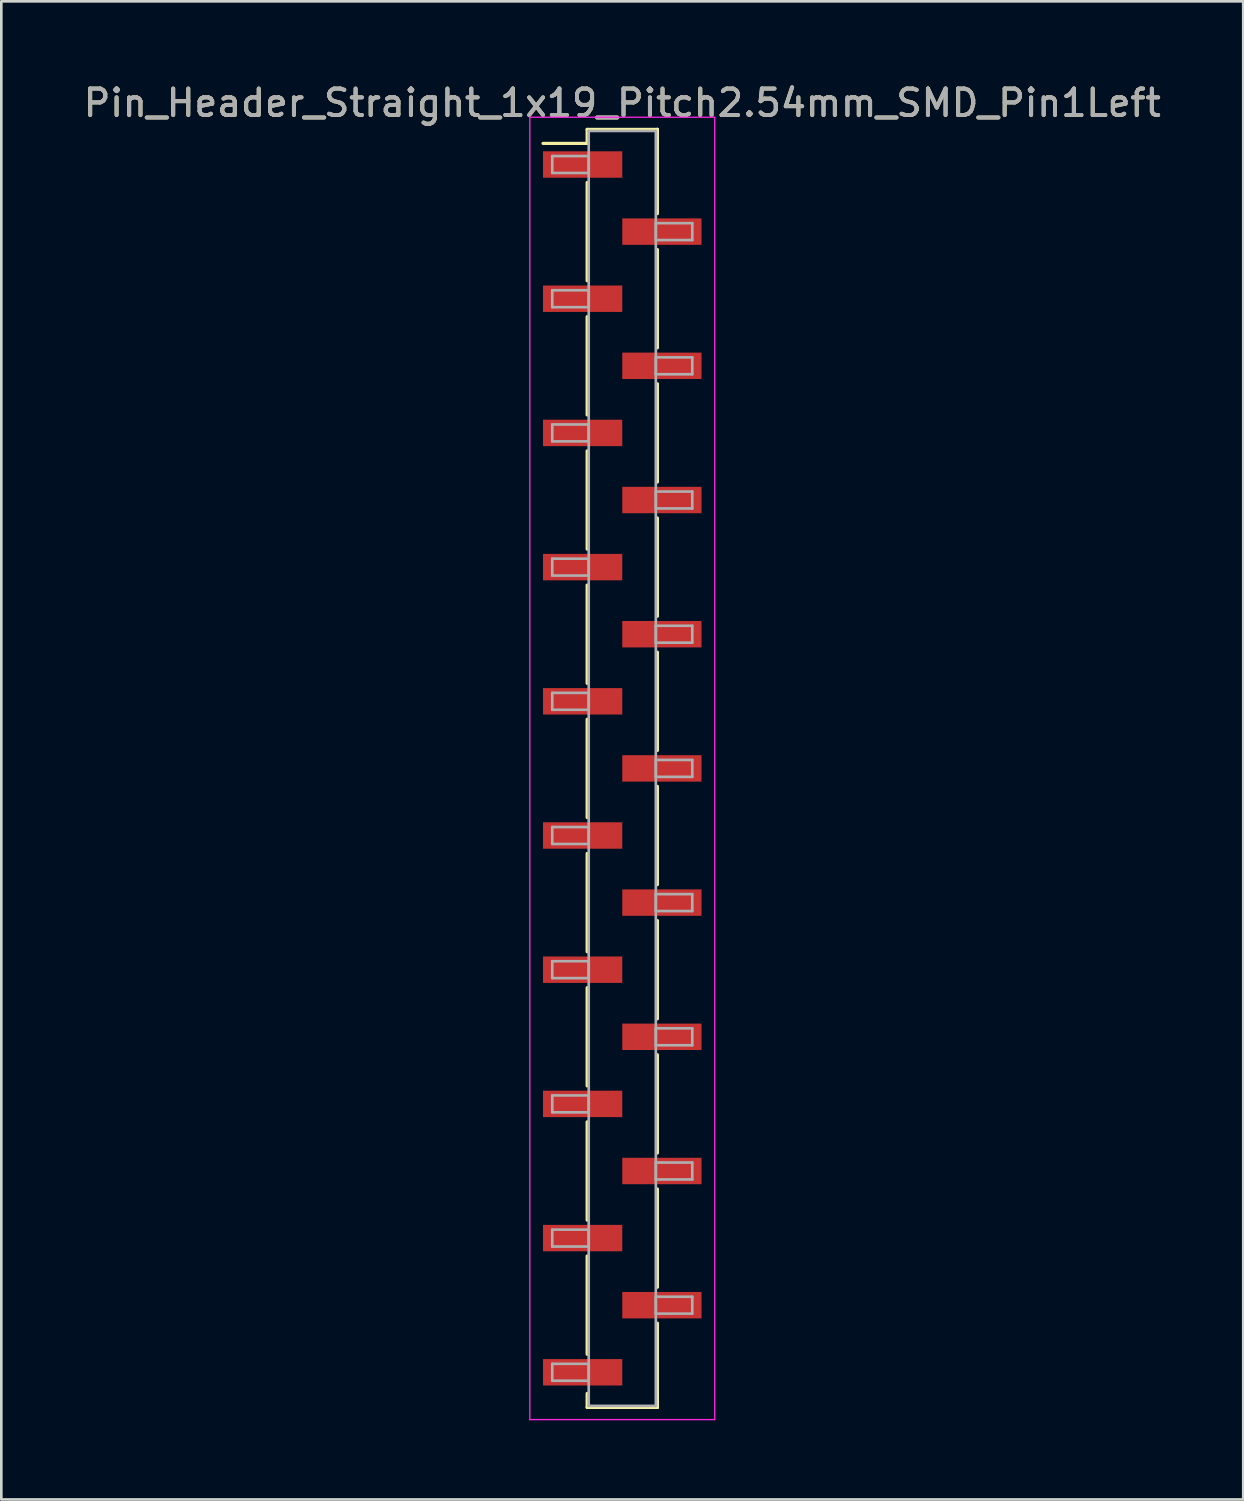
<source format=kicad_pcb>
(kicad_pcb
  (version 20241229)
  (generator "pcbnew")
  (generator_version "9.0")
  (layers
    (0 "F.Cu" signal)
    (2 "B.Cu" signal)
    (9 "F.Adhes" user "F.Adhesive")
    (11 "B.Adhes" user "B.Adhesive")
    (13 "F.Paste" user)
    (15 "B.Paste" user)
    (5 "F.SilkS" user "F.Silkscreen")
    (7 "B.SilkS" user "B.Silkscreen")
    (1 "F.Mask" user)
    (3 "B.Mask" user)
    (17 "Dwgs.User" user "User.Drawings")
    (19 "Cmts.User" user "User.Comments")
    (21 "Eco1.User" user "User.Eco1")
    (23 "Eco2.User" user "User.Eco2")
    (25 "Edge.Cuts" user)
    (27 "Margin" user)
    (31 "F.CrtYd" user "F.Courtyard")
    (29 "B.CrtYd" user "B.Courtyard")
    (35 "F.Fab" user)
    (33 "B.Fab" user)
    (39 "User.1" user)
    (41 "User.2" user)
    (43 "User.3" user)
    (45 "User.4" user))
  (footprint "Pin_Header_Straight_1x19_Pitch2.54mm_SMD_Pin1Left"
    (layer "F.Cu")
    (at 20.506 26.038)
    (property "Reference" "Pin_Header_Straight_1x19_Pitch2.54mm_SMD_Pin1Left" (at 0 -25.19 0) (layer "F.SilkS") (effects (font (size 1 1) (thickness 0.15))))
    (attr smd)
    (fp_line (start -1.33 -24.19) (end 1.33 -24.19) (stroke (width 0.12) (type solid)) (layer "F.SilkS"))
    (fp_line (start -1.33 -23.66) (end -3 -23.66) (stroke (width 0.12) (type solid)) (layer "F.SilkS"))
    (fp_line (start -1.33 -23.66) (end -1.33 -24.19) (stroke (width 0.12) (type solid)) (layer "F.SilkS"))
    (fp_line (start -1.33 -22.18) (end -1.33 -18.46) (stroke (width 0.12) (type solid)) (layer "F.SilkS"))
    (fp_line (start -1.33 -17.1) (end -1.33 -13.38) (stroke (width 0.12) (type solid)) (layer "F.SilkS"))
    (fp_line (start -1.33 -12.02) (end -1.33 -8.3) (stroke (width 0.12) (type solid)) (layer "F.SilkS"))
    (fp_line (start -1.33 -6.94) (end -1.33 -3.22) (stroke (width 0.12) (type solid)) (layer "F.SilkS"))
    (fp_line (start -1.33 -1.86) (end -1.33 1.86) (stroke (width 0.12) (type solid)) (layer "F.SilkS"))
    (fp_line (start -1.33 3.22) (end -1.33 6.94) (stroke (width 0.12) (type solid)) (layer "F.SilkS"))
    (fp_line (start -1.33 8.3) (end -1.33 12.02) (stroke (width 0.12) (type solid)) (layer "F.SilkS"))
    (fp_line (start -1.33 13.38) (end -1.33 17.1) (stroke (width 0.12) (type solid)) (layer "F.SilkS"))
    (fp_line (start -1.33 18.46) (end -1.33 22.18) (stroke (width 0.12) (type solid)) (layer "F.SilkS"))
    (fp_line (start -1.33 23.66) (end -1.33 24.19) (stroke (width 0.12) (type solid)) (layer "F.SilkS"))
    (fp_line (start -1.33 24.19) (end 1.33 24.19) (stroke (width 0.12) (type solid)) (layer "F.SilkS"))
    (fp_line (start 1.33 -24.19) (end 1.33 -23.66) (stroke (width 0.12) (type solid)) (layer "F.SilkS"))
    (fp_line (start 1.33 -24.19) (end 1.33 -21) (stroke (width 0.12) (type solid)) (layer "F.SilkS"))
    (fp_line (start 1.33 -19.64) (end 1.33 -15.92) (stroke (width 0.12) (type solid)) (layer "F.SilkS"))
    (fp_line (start 1.33 -14.56) (end 1.33 -10.84) (stroke (width 0.12) (type solid)) (layer "F.SilkS"))
    (fp_line (start 1.33 -9.48) (end 1.33 -5.76) (stroke (width 0.12) (type solid)) (layer "F.SilkS"))
    (fp_line (start 1.33 -4.4) (end 1.33 -0.68) (stroke (width 0.12) (type solid)) (layer "F.SilkS"))
    (fp_line (start 1.33 0.68) (end 1.33 4.4) (stroke (width 0.12) (type solid)) (layer "F.SilkS"))
    (fp_line (start 1.33 5.76) (end 1.33 9.48) (stroke (width 0.12) (type solid)) (layer "F.SilkS"))
    (fp_line (start 1.33 10.84) (end 1.33 14.56) (stroke (width 0.12) (type solid)) (layer "F.SilkS"))
    (fp_line (start 1.33 15.92) (end 1.33 19.64) (stroke (width 0.12) (type solid)) (layer "F.SilkS"))
    (fp_line (start 1.33 21) (end 1.33 24.19) (stroke (width 0.12) (type solid)) (layer "F.SilkS"))
    (fp_line (start 1.33 24.19) (end 1.33 23.66) (stroke (width 0.12) (type solid)) (layer "F.SilkS"))
    (fp_line (start -3.5 -24.65) (end -3.5 24.65) (stroke (width 0.05) (type solid)) (layer "F.CrtYd"))
    (fp_line (start -3.5 24.65) (end 3.5 24.65) (stroke (width 0.05) (type solid)) (layer "F.CrtYd"))
    (fp_line (start 3.5 -24.65) (end -3.5 -24.65) (stroke (width 0.05) (type solid)) (layer "F.CrtYd"))
    (fp_line (start 3.5 24.65) (end 3.5 -24.65) (stroke (width 0.05) (type solid)) (layer "F.CrtYd"))
    (fp_line (start -2.65 -23.18) (end -1.27 -23.18) (stroke (width 0.1) (type solid)) (layer "F.Fab"))
    (fp_line (start -2.65 -22.54) (end -2.65 -23.18) (stroke (width 0.1) (type solid)) (layer "F.Fab"))
    (fp_line (start -2.65 -18.1) (end -1.27 -18.1) (stroke (width 0.1) (type solid)) (layer "F.Fab"))
    (fp_line (start -2.65 -17.46) (end -2.65 -18.1) (stroke (width 0.1) (type solid)) (layer "F.Fab"))
    (fp_line (start -2.65 -13.02) (end -1.27 -13.02) (stroke (width 0.1) (type solid)) (layer "F.Fab"))
    (fp_line (start -2.65 -12.38) (end -2.65 -13.02) (stroke (width 0.1) (type solid)) (layer "F.Fab"))
    (fp_line (start -2.65 -7.94) (end -1.27 -7.94) (stroke (width 0.1) (type solid)) (layer "F.Fab"))
    (fp_line (start -2.65 -7.3) (end -2.65 -7.94) (stroke (width 0.1) (type solid)) (layer "F.Fab"))
    (fp_line (start -2.65 -2.86) (end -1.27 -2.86) (stroke (width 0.1) (type solid)) (layer "F.Fab"))
    (fp_line (start -2.65 -2.22) (end -2.65 -2.86) (stroke (width 0.1) (type solid)) (layer "F.Fab"))
    (fp_line (start -2.65 2.22) (end -1.27 2.22) (stroke (width 0.1) (type solid)) (layer "F.Fab"))
    (fp_line (start -2.65 2.86) (end -2.65 2.22) (stroke (width 0.1) (type solid)) (layer "F.Fab"))
    (fp_line (start -2.65 7.3) (end -1.27 7.3) (stroke (width 0.1) (type solid)) (layer "F.Fab"))
    (fp_line (start -2.65 7.94) (end -2.65 7.3) (stroke (width 0.1) (type solid)) (layer "F.Fab"))
    (fp_line (start -2.65 12.38) (end -1.27 12.38) (stroke (width 0.1) (type solid)) (layer "F.Fab"))
    (fp_line (start -2.65 13.02) (end -2.65 12.38) (stroke (width 0.1) (type solid)) (layer "F.Fab"))
    (fp_line (start -2.65 17.46) (end -1.27 17.46) (stroke (width 0.1) (type solid)) (layer "F.Fab"))
    (fp_line (start -2.65 18.1) (end -2.65 17.46) (stroke (width 0.1) (type solid)) (layer "F.Fab"))
    (fp_line (start -2.65 22.54) (end -1.27 22.54) (stroke (width 0.1) (type solid)) (layer "F.Fab"))
    (fp_line (start -2.65 23.18) (end -2.65 22.54) (stroke (width 0.1) (type solid)) (layer "F.Fab"))
    (fp_line (start -1.27 -24.13) (end -1.27 24.13) (stroke (width 0.1) (type solid)) (layer "F.Fab"))
    (fp_line (start -1.27 -23.18) (end -1.27 -22.54) (stroke (width 0.1) (type solid)) (layer "F.Fab"))
    (fp_line (start -1.27 -22.54) (end -2.65 -22.54) (stroke (width 0.1) (type solid)) (layer "F.Fab"))
    (fp_line (start -1.27 -18.1) (end -1.27 -17.46) (stroke (width 0.1) (type solid)) (layer "F.Fab"))
    (fp_line (start -1.27 -17.46) (end -2.65 -17.46) (stroke (width 0.1) (type solid)) (layer "F.Fab"))
    (fp_line (start -1.27 -13.02) (end -1.27 -12.38) (stroke (width 0.1) (type solid)) (layer "F.Fab"))
    (fp_line (start -1.27 -12.38) (end -2.65 -12.38) (stroke (width 0.1) (type solid)) (layer "F.Fab"))
    (fp_line (start -1.27 -7.94) (end -1.27 -7.3) (stroke (width 0.1) (type solid)) (layer "F.Fab"))
    (fp_line (start -1.27 -7.3) (end -2.65 -7.3) (stroke (width 0.1) (type solid)) (layer "F.Fab"))
    (fp_line (start -1.27 -2.86) (end -1.27 -2.22) (stroke (width 0.1) (type solid)) (layer "F.Fab"))
    (fp_line (start -1.27 -2.22) (end -2.65 -2.22) (stroke (width 0.1) (type solid)) (layer "F.Fab"))
    (fp_line (start -1.27 2.22) (end -1.27 2.86) (stroke (width 0.1) (type solid)) (layer "F.Fab"))
    (fp_line (start -1.27 2.86) (end -2.65 2.86) (stroke (width 0.1) (type solid)) (layer "F.Fab"))
    (fp_line (start -1.27 7.3) (end -1.27 7.94) (stroke (width 0.1) (type solid)) (layer "F.Fab"))
    (fp_line (start -1.27 7.94) (end -2.65 7.94) (stroke (width 0.1) (type solid)) (layer "F.Fab"))
    (fp_line (start -1.27 12.38) (end -1.27 13.02) (stroke (width 0.1) (type solid)) (layer "F.Fab"))
    (fp_line (start -1.27 13.02) (end -2.65 13.02) (stroke (width 0.1) (type solid)) (layer "F.Fab"))
    (fp_line (start -1.27 17.46) (end -1.27 18.1) (stroke (width 0.1) (type solid)) (layer "F.Fab"))
    (fp_line (start -1.27 18.1) (end -2.65 18.1) (stroke (width 0.1) (type solid)) (layer "F.Fab"))
    (fp_line (start -1.27 22.54) (end -1.27 23.18) (stroke (width 0.1) (type solid)) (layer "F.Fab"))
    (fp_line (start -1.27 23.18) (end -2.65 23.18) (stroke (width 0.1) (type solid)) (layer "F.Fab"))
    (fp_line (start -1.27 24.13) (end 1.27 24.13) (stroke (width 0.1) (type solid)) (layer "F.Fab"))
    (fp_line (start 1.27 -24.13) (end -1.27 -24.13) (stroke (width 0.1) (type solid)) (layer "F.Fab"))
    (fp_line (start 1.27 -20.64) (end 1.27 -20) (stroke (width 0.1) (type solid)) (layer "F.Fab"))
    (fp_line (start 1.27 -20) (end 2.65 -20) (stroke (width 0.1) (type solid)) (layer "F.Fab"))
    (fp_line (start 1.27 -15.56) (end 1.27 -14.92) (stroke (width 0.1) (type solid)) (layer "F.Fab"))
    (fp_line (start 1.27 -14.92) (end 2.65 -14.92) (stroke (width 0.1) (type solid)) (layer "F.Fab"))
    (fp_line (start 1.27 -10.48) (end 1.27 -9.84) (stroke (width 0.1) (type solid)) (layer "F.Fab"))
    (fp_line (start 1.27 -9.84) (end 2.65 -9.84) (stroke (width 0.1) (type solid)) (layer "F.Fab"))
    (fp_line (start 1.27 -5.4) (end 1.27 -4.76) (stroke (width 0.1) (type solid)) (layer "F.Fab"))
    (fp_line (start 1.27 -4.76) (end 2.65 -4.76) (stroke (width 0.1) (type solid)) (layer "F.Fab"))
    (fp_line (start 1.27 -0.32) (end 1.27 0.32) (stroke (width 0.1) (type solid)) (layer "F.Fab"))
    (fp_line (start 1.27 0.32) (end 2.65 0.32) (stroke (width 0.1) (type solid)) (layer "F.Fab"))
    (fp_line (start 1.27 4.76) (end 1.27 5.4) (stroke (width 0.1) (type solid)) (layer "F.Fab"))
    (fp_line (start 1.27 5.4) (end 2.65 5.4) (stroke (width 0.1) (type solid)) (layer "F.Fab"))
    (fp_line (start 1.27 9.84) (end 1.27 10.48) (stroke (width 0.1) (type solid)) (layer "F.Fab"))
    (fp_line (start 1.27 10.48) (end 2.65 10.48) (stroke (width 0.1) (type solid)) (layer "F.Fab"))
    (fp_line (start 1.27 14.92) (end 1.27 15.56) (stroke (width 0.1) (type solid)) (layer "F.Fab"))
    (fp_line (start 1.27 15.56) (end 2.65 15.56) (stroke (width 0.1) (type solid)) (layer "F.Fab"))
    (fp_line (start 1.27 20) (end 1.27 20.64) (stroke (width 0.1) (type solid)) (layer "F.Fab"))
    (fp_line (start 1.27 20.64) (end 2.65 20.64) (stroke (width 0.1) (type solid)) (layer "F.Fab"))
    (fp_line (start 1.27 24.13) (end 1.27 -24.13) (stroke (width 0.1) (type solid)) (layer "F.Fab"))
    (fp_line (start 2.65 -20.64) (end 1.27 -20.64) (stroke (width 0.1) (type solid)) (layer "F.Fab"))
    (fp_line (start 2.65 -20) (end 2.65 -20.64) (stroke (width 0.1) (type solid)) (layer "F.Fab"))
    (fp_line (start 2.65 -15.56) (end 1.27 -15.56) (stroke (width 0.1) (type solid)) (layer "F.Fab"))
    (fp_line (start 2.65 -14.92) (end 2.65 -15.56) (stroke (width 0.1) (type solid)) (layer "F.Fab"))
    (fp_line (start 2.65 -10.48) (end 1.27 -10.48) (stroke (width 0.1) (type solid)) (layer "F.Fab"))
    (fp_line (start 2.65 -9.84) (end 2.65 -10.48) (stroke (width 0.1) (type solid)) (layer "F.Fab"))
    (fp_line (start 2.65 -5.4) (end 1.27 -5.4) (stroke (width 0.1) (type solid)) (layer "F.Fab"))
    (fp_line (start 2.65 -4.76) (end 2.65 -5.4) (stroke (width 0.1) (type solid)) (layer "F.Fab"))
    (fp_line (start 2.65 -0.32) (end 1.27 -0.32) (stroke (width 0.1) (type solid)) (layer "F.Fab"))
    (fp_line (start 2.65 0.32) (end 2.65 -0.32) (stroke (width 0.1) (type solid)) (layer "F.Fab"))
    (fp_line (start 2.65 4.76) (end 1.27 4.76) (stroke (width 0.1) (type solid)) (layer "F.Fab"))
    (fp_line (start 2.65 5.4) (end 2.65 4.76) (stroke (width 0.1) (type solid)) (layer "F.Fab"))
    (fp_line (start 2.65 9.84) (end 1.27 9.84) (stroke (width 0.1) (type solid)) (layer "F.Fab"))
    (fp_line (start 2.65 10.48) (end 2.65 9.84) (stroke (width 0.1) (type solid)) (layer "F.Fab"))
    (fp_line (start 2.65 14.92) (end 1.27 14.92) (stroke (width 0.1) (type solid)) (layer "F.Fab"))
    (fp_line (start 2.65 15.56) (end 2.65 14.92) (stroke (width 0.1) (type solid)) (layer "F.Fab"))
    (fp_line (start 2.65 20) (end 1.27 20) (stroke (width 0.1) (type solid)) (layer "F.Fab"))
    (fp_line (start 2.65 20.64) (end 2.65 20) (stroke (width 0.1) (type solid)) (layer "F.Fab"))
    (fp_text user "${REFERENCE}" (at 0 -25.19 0) (layer "F.Fab") (effects (font (size 1 1) (thickness 0.15))))
    (pad "1" smd rect (at -1.5 -22.86) (size 3 1) (layers "F.Cu" "F.Mask" "F.Paste"))
    (pad "2" smd rect (at 1.5 -20.32) (size 3 1) (layers "F.Cu" "F.Mask" "F.Paste"))
    (pad "3" smd rect (at -1.5 -17.78) (size 3 1) (layers "F.Cu" "F.Mask" "F.Paste"))
    (pad "4" smd rect (at 1.5 -15.24) (size 3 1) (layers "F.Cu" "F.Mask" "F.Paste"))
    (pad "5" smd rect (at -1.5 -12.7) (size 3 1) (layers "F.Cu" "F.Mask" "F.Paste"))
    (pad "6" smd rect (at 1.5 -10.16) (size 3 1) (layers "F.Cu" "F.Mask" "F.Paste"))
    (pad "7" smd rect (at -1.5 -7.62) (size 3 1) (layers "F.Cu" "F.Mask" "F.Paste"))
    (pad "8" smd rect (at 1.5 -5.08) (size 3 1) (layers "F.Cu" "F.Mask" "F.Paste"))
    (pad "9" smd rect (at -1.5 -2.54) (size 3 1) (layers "F.Cu" "F.Mask" "F.Paste"))
    (pad "10" smd rect (at 1.5 0) (size 3 1) (layers "F.Cu" "F.Mask" "F.Paste"))
    (pad "11" smd rect (at -1.5 2.54) (size 3 1) (layers "F.Cu" "F.Mask" "F.Paste"))
    (pad "12" smd rect (at 1.5 5.08) (size 3 1) (layers "F.Cu" "F.Mask" "F.Paste"))
    (pad "13" smd rect (at -1.5 7.62) (size 3 1) (layers "F.Cu" "F.Mask" "F.Paste"))
    (pad "14" smd rect (at 1.5 10.16) (size 3 1) (layers "F.Cu" "F.Mask" "F.Paste"))
    (pad "15" smd rect (at -1.5 12.7) (size 3 1) (layers "F.Cu" "F.Mask" "F.Paste"))
    (pad "16" smd rect (at 1.5 15.24) (size 3 1) (layers "F.Cu" "F.Mask" "F.Paste"))
    (pad "17" smd rect (at -1.5 17.78) (size 3 1) (layers "F.Cu" "F.Mask" "F.Paste"))
    (pad "18" smd rect (at 1.5 20.32) (size 3 1) (layers "F.Cu" "F.Mask" "F.Paste"))
    (pad "19" smd rect (at -1.5 22.86) (size 3 1) (layers "F.Cu" "F.Mask" "F.Paste")))
  (gr_rect
    (start -3 -3)
    (end 44.012 53.713)
    (stroke (width 0.1) (type default))
    (fill no)
    (layer "Edge.Cuts")))
</source>
